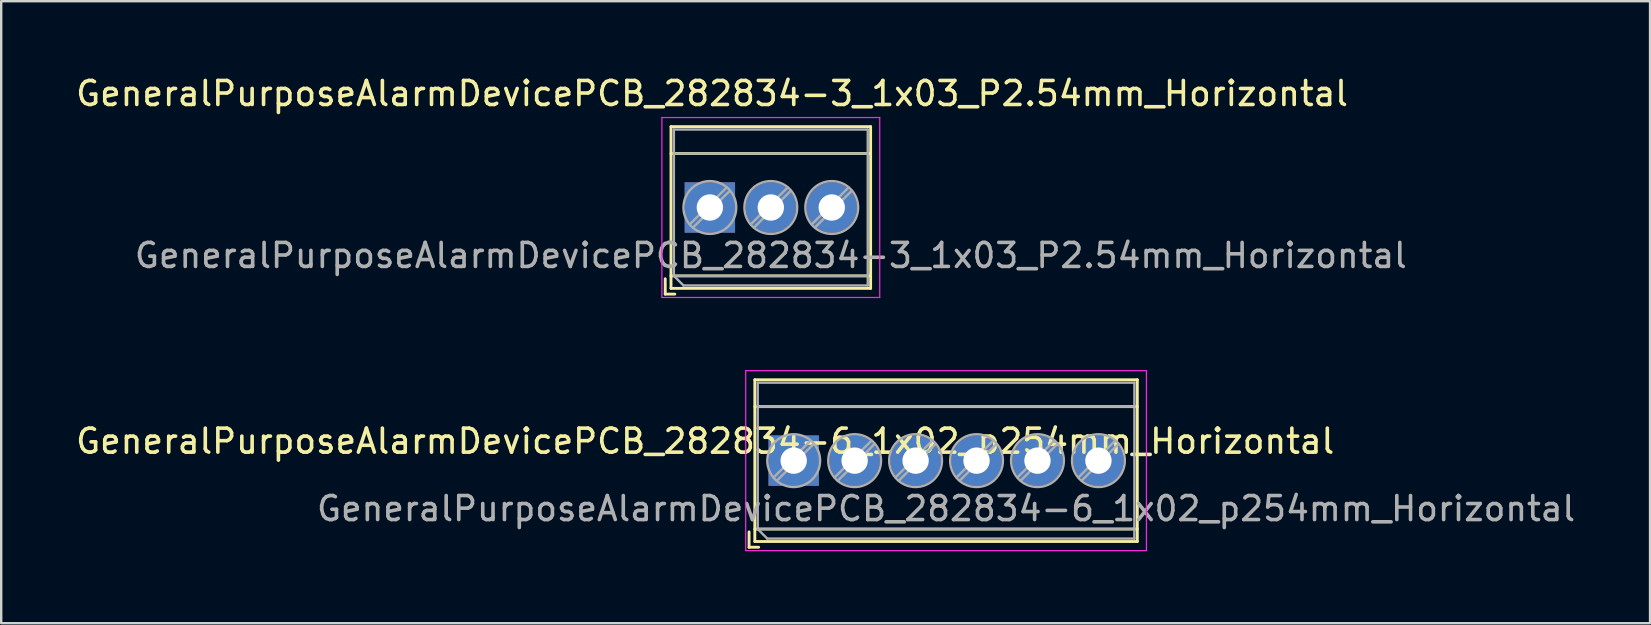
<source format=kicad_pcb>
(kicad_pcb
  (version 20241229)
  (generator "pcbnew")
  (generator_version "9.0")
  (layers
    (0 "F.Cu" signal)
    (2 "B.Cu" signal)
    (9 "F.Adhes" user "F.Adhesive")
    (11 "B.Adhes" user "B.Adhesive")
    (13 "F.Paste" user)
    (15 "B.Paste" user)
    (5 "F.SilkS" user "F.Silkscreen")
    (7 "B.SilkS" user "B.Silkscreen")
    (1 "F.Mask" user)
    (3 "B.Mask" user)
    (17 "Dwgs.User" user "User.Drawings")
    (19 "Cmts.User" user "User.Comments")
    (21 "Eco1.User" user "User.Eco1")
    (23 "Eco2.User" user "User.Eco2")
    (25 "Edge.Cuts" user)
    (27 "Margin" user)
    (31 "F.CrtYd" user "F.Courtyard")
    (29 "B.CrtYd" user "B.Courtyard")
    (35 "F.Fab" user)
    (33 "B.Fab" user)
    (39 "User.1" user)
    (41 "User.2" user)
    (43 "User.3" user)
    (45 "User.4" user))
  (footprint "GeneralPurposeAlarmDevicePCB_282834-3_1x03_P2.54mm_Horizontal"
    (layer "F.Cu")
    (at 26.535 5.598)
    (property "Reference" "GeneralPurposeAlarmDevicePCB_282834-3_1x03_P2.54mm_Horizontal" (at 0.09 -4.75 0) (layer "F.SilkS") (effects (font (size 1 1) (thickness 0.15))))
    (attr through_hole)
    (fp_line (start -1.86 2.97) (end -1.86 3.61) (stroke (width 0.12) (type solid)) (layer "F.SilkS"))
    (fp_line (start -1.86 3.61) (end -1.46 3.61) (stroke (width 0.12) (type solid)) (layer "F.SilkS"))
    (fp_line (start -1.62 -3.37) (end -1.62 3.37) (stroke (width 0.12) (type solid)) (layer "F.SilkS"))
    (fp_line (start -1.62 -3.37) (end 6.7 -3.37) (stroke (width 0.12) (type solid)) (layer "F.SilkS"))
    (fp_line (start -1.62 -2.25) (end 6.7 -2.25) (stroke (width 0.12) (type solid)) (layer "F.SilkS"))
    (fp_line (start -1.62 2.85) (end 6.7 2.85) (stroke (width 0.12) (type solid)) (layer "F.SilkS"))
    (fp_line (start -1.62 3.37) (end 6.7 3.37) (stroke (width 0.12) (type solid)) (layer "F.SilkS"))
    (fp_line (start 6.7 -3.37) (end 6.7 3.37) (stroke (width 0.12) (type solid)) (layer "F.SilkS"))
    (fp_line (start -2 -3.75) (end -2 3.75) (stroke (width 0.05) (type solid)) (layer "F.CrtYd"))
    (fp_line (start -2 3.75) (end 7.08 3.75) (stroke (width 0.05) (type solid)) (layer "F.CrtYd"))
    (fp_line (start 7.08 -3.75) (end -2 -3.75) (stroke (width 0.05) (type solid)) (layer "F.CrtYd"))
    (fp_line (start 7.08 3.75) (end 7.08 -3.75) (stroke (width 0.05) (type solid)) (layer "F.CrtYd"))
    (fp_line (start -1.5 -3.25) (end 6.58 -3.25) (stroke (width 0.1) (type solid)) (layer "F.Fab"))
    (fp_line (start -1.5 -2.25) (end 6.58 -2.25) (stroke (width 0.1) (type solid)) (layer "F.Fab"))
    (fp_line (start -1.5 2.85) (end -1.5 -3.25) (stroke (width 0.1) (type solid)) (layer "F.Fab"))
    (fp_line (start -1.5 2.85) (end 6.58 2.85) (stroke (width 0.1) (type solid)) (layer "F.Fab"))
    (fp_line (start -1.1 3.25) (end -1.5 2.85) (stroke (width 0.1) (type solid)) (layer "F.Fab"))
    (fp_line (start 0.701 -0.835) (end -0.835 0.7) (stroke (width 0.1) (type solid)) (layer "F.Fab"))
    (fp_line (start 0.835 -0.7) (end -0.701 0.835) (stroke (width 0.1) (type solid)) (layer "F.Fab"))
    (fp_line (start 3.241 -0.835) (end 1.706 0.7) (stroke (width 0.1) (type solid)) (layer "F.Fab"))
    (fp_line (start 3.375 -0.7) (end 1.84 0.835) (stroke (width 0.1) (type solid)) (layer "F.Fab"))
    (fp_line (start 5.781 -0.835) (end 4.246 0.7) (stroke (width 0.1) (type solid)) (layer "F.Fab"))
    (fp_line (start 5.915 -0.7) (end 4.38 0.835) (stroke (width 0.1) (type solid)) (layer "F.Fab"))
    (fp_line (start 6.58 -3.25) (end 6.58 3.25) (stroke (width 0.1) (type solid)) (layer "F.Fab"))
    (fp_line (start 6.58 3.25) (end -1.1 3.25) (stroke (width 0.1) (type solid)) (layer "F.Fab"))
    (fp_circle (center 0 0) (end 1.1 0) (stroke (width 0.1) (type solid)) (fill no) (layer "F.Fab"))
    (fp_circle (center 2.54 0) (end 3.64 0) (stroke (width 0.1) (type solid)) (fill no) (layer "F.Fab"))
    (fp_circle (center 5.08 0) (end 6.18 0) (stroke (width 0.1) (type solid)) (fill no) (layer "F.Fab"))
    (fp_text user "${REFERENCE}" (at 2.54 2 0) (layer "F.Fab") (effects (font (size 1 1) (thickness 0.15))))
    (pad "1" thru_hole rect (at 0 0) (size 2.1 2.1) (drill 1.1) (layers "*.Cu" "*.Mask"))
    (pad "2" thru_hole circle (at 2.54 0) (size 2.1 2.1) (drill 1.1) (layers "*.Cu" "*.Mask"))
    (pad "3" thru_hole circle (at 5.08 0) (size 2.1 2.1) (drill 1.1) (layers "*.Cu" "*.Mask")))
  (footprint "GeneralPurposeAlarmDevicePCB_282834-6_1x02_p254mm_Horizontal"
    (layer "F.Cu")
    (at 30.029 16.148)
    (property "Reference" "GeneralPurposeAlarmDevicePCB_282834-6_1x02_p254mm_Horizontal" (at -3.69 -0.81 180) (layer "F.SilkS") (effects (font (size 1 1) (thickness 0.15))))
    (attr through_hole)
    (fp_line (start -1.86 2.97) (end -1.86 3.61) (stroke (width 0.12) (type solid)) (layer "F.SilkS"))
    (fp_line (start -1.86 3.61) (end -1.46 3.61) (stroke (width 0.12) (type solid)) (layer "F.SilkS"))
    (fp_line (start -1.62 -3.37) (end -1.62 3.37) (stroke (width 0.12) (type solid)) (layer "F.SilkS"))
    (fp_line (start -1.62 -3.37) (end 14.32 -3.37) (stroke (width 0.12) (type solid)) (layer "F.SilkS"))
    (fp_line (start -1.62 -2.25) (end 14.32 -2.25) (stroke (width 0.12) (type solid)) (layer "F.SilkS"))
    (fp_line (start -1.62 2.85) (end 14.32 2.85) (stroke (width 0.12) (type solid)) (layer "F.SilkS"))
    (fp_line (start -1.62 3.37) (end 14.32 3.37) (stroke (width 0.12) (type solid)) (layer "F.SilkS"))
    (fp_line (start 14.32 -3.37) (end 14.32 3.37) (stroke (width 0.12) (type solid)) (layer "F.SilkS"))
    (fp_line (start -2 -3.75) (end -2 3.75) (stroke (width 0.05) (type solid)) (layer "F.CrtYd"))
    (fp_line (start -2 3.75) (end 14.7 3.75) (stroke (width 0.05) (type solid)) (layer "F.CrtYd"))
    (fp_line (start 14.7 -3.75) (end -2 -3.75) (stroke (width 0.05) (type solid)) (layer "F.CrtYd"))
    (fp_line (start 14.7 3.75) (end 14.7 -3.75) (stroke (width 0.05) (type solid)) (layer "F.CrtYd"))
    (fp_line (start -1.5 -3.25) (end 14.2 -3.25) (stroke (width 0.1) (type solid)) (layer "F.Fab"))
    (fp_line (start -1.5 -2.25) (end 14.2 -2.25) (stroke (width 0.1) (type solid)) (layer "F.Fab"))
    (fp_line (start -1.5 2.85) (end -1.5 -3.25) (stroke (width 0.1) (type solid)) (layer "F.Fab"))
    (fp_line (start -1.5 2.85) (end 14.2 2.85) (stroke (width 0.1) (type solid)) (layer "F.Fab"))
    (fp_line (start -1.1 3.25) (end -1.5 2.85) (stroke (width 0.1) (type solid)) (layer "F.Fab"))
    (fp_line (start 0.701 -0.835) (end -0.835 0.7) (stroke (width 0.1) (type solid)) (layer "F.Fab"))
    (fp_line (start 0.835 -0.7) (end -0.701 0.835) (stroke (width 0.1) (type solid)) (layer "F.Fab"))
    (fp_line (start 3.241 -0.835) (end 1.706 0.7) (stroke (width 0.1) (type solid)) (layer "F.Fab"))
    (fp_line (start 3.375 -0.7) (end 1.84 0.835) (stroke (width 0.1) (type solid)) (layer "F.Fab"))
    (fp_line (start 5.781 -0.835) (end 4.246 0.7) (stroke (width 0.1) (type solid)) (layer "F.Fab"))
    (fp_line (start 5.915 -0.7) (end 4.38 0.835) (stroke (width 0.1) (type solid)) (layer "F.Fab"))
    (fp_line (start 8.321 -0.835) (end 6.786 0.7) (stroke (width 0.1) (type solid)) (layer "F.Fab"))
    (fp_line (start 8.455 -0.7) (end 6.92 0.835) (stroke (width 0.1) (type solid)) (layer "F.Fab"))
    (fp_line (start 10.861 -0.835) (end 9.326 0.7) (stroke (width 0.1) (type solid)) (layer "F.Fab"))
    (fp_line (start 10.995 -0.7) (end 9.46 0.835) (stroke (width 0.1) (type solid)) (layer "F.Fab"))
    (fp_line (start 13.401 -0.835) (end 11.866 0.7) (stroke (width 0.1) (type solid)) (layer "F.Fab"))
    (fp_line (start 13.535 -0.7) (end 12 0.835) (stroke (width 0.1) (type solid)) (layer "F.Fab"))
    (fp_line (start 14.2 -3.25) (end 14.2 3.25) (stroke (width 0.1) (type solid)) (layer "F.Fab"))
    (fp_line (start 14.2 3.25) (end -1.1 3.25) (stroke (width 0.1) (type solid)) (layer "F.Fab"))
    (fp_circle (center 0 0) (end 1.1 0) (stroke (width 0.1) (type solid)) (fill no) (layer "F.Fab"))
    (fp_circle (center 2.54 0) (end 3.64 0) (stroke (width 0.1) (type solid)) (fill no) (layer "F.Fab"))
    (fp_circle (center 5.08 0) (end 6.18 0) (stroke (width 0.1) (type solid)) (fill no) (layer "F.Fab"))
    (fp_circle (center 7.62 0) (end 8.72 0) (stroke (width 0.1) (type solid)) (fill no) (layer "F.Fab"))
    (fp_circle (center 10.16 0) (end 11.26 0) (stroke (width 0.1) (type solid)) (fill no) (layer "F.Fab"))
    (fp_circle (center 12.7 0) (end 13.8 0) (stroke (width 0.1) (type solid)) (fill no) (layer "F.Fab"))
    (fp_text user "${REFERENCE}" (at 6.35 2 180) (layer "F.Fab") (effects (font (size 1 1) (thickness 0.15))))
    (pad "1" thru_hole rect (at 0 0) (size 2.1 2.1) (drill 1.1) (layers "*.Cu" "*.Mask"))
    (pad "2" thru_hole circle (at 2.54 0) (size 2.1 2.1) (drill 1.1) (layers "*.Cu" "*.Mask"))
    (pad "3" thru_hole circle (at 5.08 0) (size 2.1 2.1) (drill 1.1) (layers "*.Cu" "*.Mask"))
    (pad "4" thru_hole circle (at 7.62 0) (size 2.1 2.1) (drill 1.1) (layers "*.Cu" "*.Mask"))
    (pad "5" thru_hole circle (at 10.16 0) (size 2.1 2.1) (drill 1.1) (layers "*.Cu" "*.Mask"))
    (pad "6" thru_hole circle (at 12.7 0) (size 2.1 2.1) (drill 1.1) (layers "*.Cu" "*.Mask")))
  (gr_rect
    (start -3 -3)
    (end 65.719 22.923)
    (stroke (width 0.1) (type default))
    (fill no)
    (layer "Edge.Cuts")))
</source>
